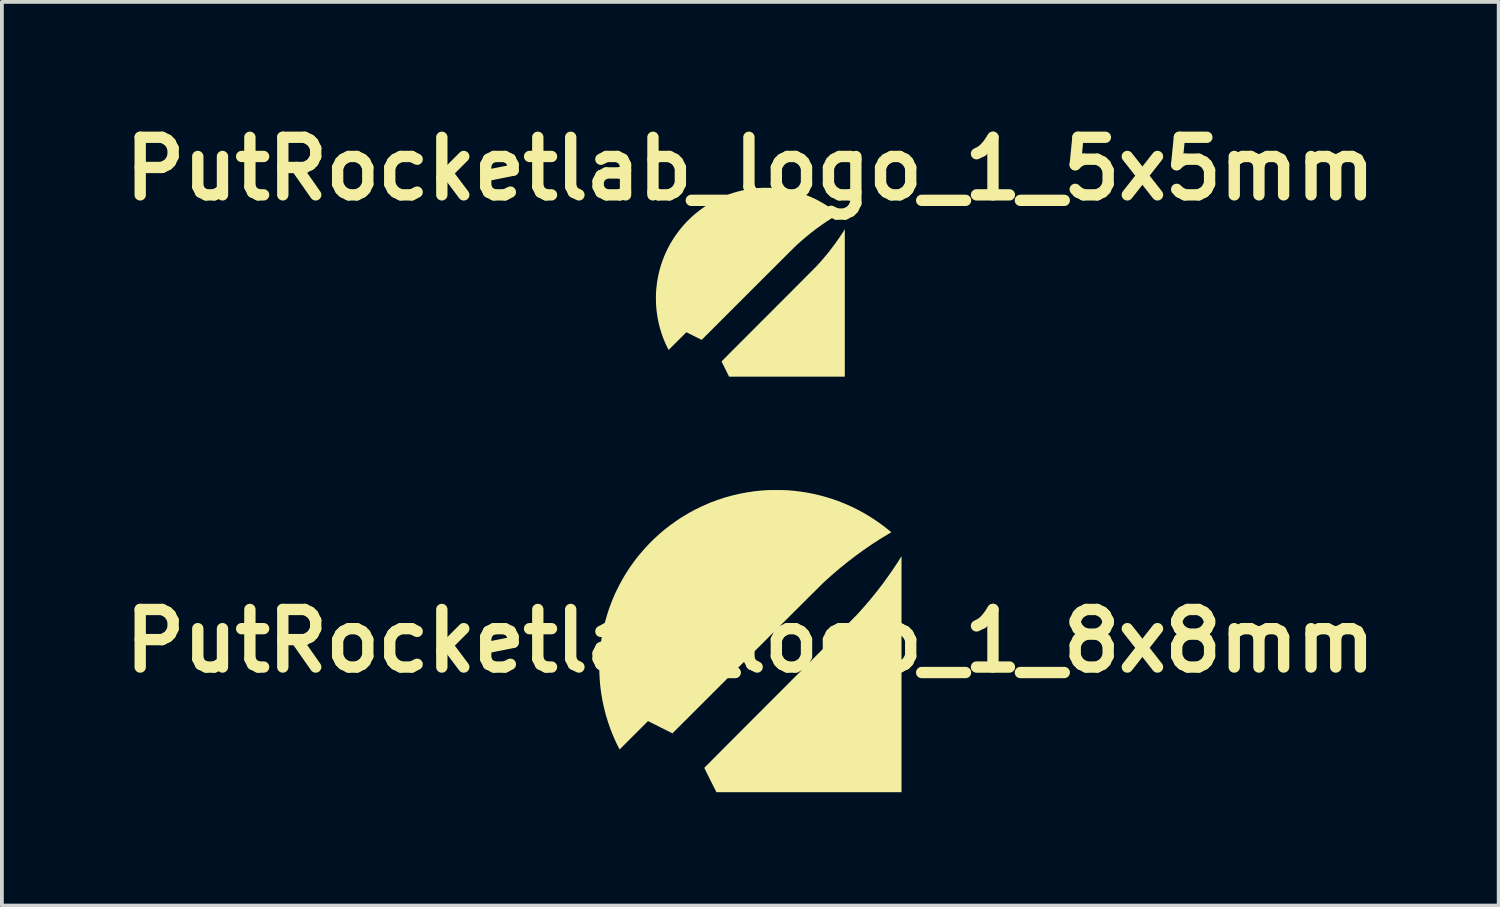
<source format=kicad_pcb>
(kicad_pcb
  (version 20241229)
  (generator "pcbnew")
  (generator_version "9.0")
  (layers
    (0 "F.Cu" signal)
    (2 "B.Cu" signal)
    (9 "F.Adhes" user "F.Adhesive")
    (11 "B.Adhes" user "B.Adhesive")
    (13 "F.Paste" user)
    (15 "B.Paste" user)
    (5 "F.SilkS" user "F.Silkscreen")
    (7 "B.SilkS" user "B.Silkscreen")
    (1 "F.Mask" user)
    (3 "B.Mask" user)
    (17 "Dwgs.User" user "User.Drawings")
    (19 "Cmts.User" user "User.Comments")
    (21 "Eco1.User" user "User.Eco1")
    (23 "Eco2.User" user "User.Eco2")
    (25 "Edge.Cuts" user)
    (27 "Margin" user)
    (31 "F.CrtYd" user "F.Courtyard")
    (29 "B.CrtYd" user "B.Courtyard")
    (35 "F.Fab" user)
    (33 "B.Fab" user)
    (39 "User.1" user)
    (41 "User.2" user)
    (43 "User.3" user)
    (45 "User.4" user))
  (footprint "PutRocketlab_logo_1_8x8mm"
    (layer "F.Cu")
    (at 16.808 13.915)
    (property "Reference" "PutRocketlab_logo_1_8x8mm" (at 0 0 0) (layer "F.SilkS") (effects (font (size 1.524 1.524) (thickness 0.3))))
    (attr board_only exclude_from_pos_files exclude_from_bom)
    (fp_poly (pts (xy 4.002 4.002) (xy -0.897 4.002) (xy -1.057 3.683) (xy -1.082 3.633) (xy -1.106 3.585) (xy -1.128 3.541) (xy -1.148 3.499) (xy -1.167 3.462) (xy -1.183 3.43) (xy -1.196 3.402) (xy -1.206 3.381) (xy -1.213 3.366) (xy -1.217 3.358) (xy -1.217 3.357) (xy -1.214 3.354) (xy -1.205 3.344) (xy -1.19 3.329) (xy -1.169 3.307) (xy -1.142 3.281) (xy -1.11 3.248) (xy -1.073 3.211) (xy -1.03 3.168) (xy -0.983 3.12) (xy -0.931 3.068) (xy -0.874 3.011) (xy -0.813 2.95) (xy -0.748 2.884) (xy -0.678 2.814) (xy -0.604 2.74) (xy -0.527 2.663) (xy -0.446 2.582) (xy -0.362 2.497) (xy -0.274 2.409) (xy -0.184 2.318) (xy -0.09 2.225) (xy 0.006 2.128) (xy 0.105 2.029) (xy 0.207 1.927) (xy 0.311 1.824) (xy 0.416 1.718) (xy 0.524 1.61) (xy 0.634 1.5) (xy 0.745 1.389) (xy 0.768 1.366) (xy 0.88 1.254) (xy 0.99 1.143) (xy 1.099 1.034) (xy 1.207 0.927) (xy 1.312 0.821) (xy 1.416 0.717) (xy 1.517 0.616) (xy 1.616 0.517) (xy 1.712 0.42) (xy 1.806 0.327) (xy 1.896 0.236) (xy 1.984 0.148) (xy 2.068 0.064) (xy 2.149 -0.017) (xy 2.226 -0.095) (xy 2.299 -0.168) (xy 2.368 -0.238) (xy 2.434 -0.303) (xy 2.494 -0.365) (xy 2.551 -0.421) (xy 2.602 -0.473) (xy 2.649 -0.52) (xy 2.691 -0.562) (xy 2.727 -0.599) (xy 2.758 -0.631) (xy 2.784 -0.657) (xy 2.804 -0.677) (xy 2.818 -0.691) (xy 2.825 -0.699) (xy 2.826 -0.7) (xy 2.917 -0.8) (xy 3.002 -0.895) (xy 3.082 -0.988) (xy 3.159 -1.078) (xy 3.233 -1.168) (xy 3.306 -1.258) (xy 3.379 -1.35) (xy 3.452 -1.446) (xy 3.482 -1.484) (xy 3.54 -1.562) (xy 3.599 -1.644) (xy 3.659 -1.728) (xy 3.719 -1.813) (xy 3.777 -1.897) (xy 3.833 -1.98) (xy 3.886 -2.06) (xy 3.934 -2.135) (xy 3.957 -2.172) (xy 4.002 -2.245)) (stroke (width 0) (type solid)) (fill yes) (layer "F.SilkS"))
    (fp_poly (pts (xy 0.691 -3.996) (xy 0.749 -3.995) (xy 0.8 -3.995) (xy 0.845 -3.995) (xy 0.886 -3.994) (xy 0.924 -3.992) (xy 0.96 -3.991) (xy 0.996 -3.989) (xy 1.034 -3.986) (xy 1.075 -3.982) (xy 1.12 -3.978) (xy 1.128 -3.978) (xy 1.33 -3.954) (xy 1.53 -3.923) (xy 1.728 -3.882) (xy 1.924 -3.833) (xy 2.117 -3.776) (xy 2.308 -3.711) (xy 2.495 -3.637) (xy 2.68 -3.556) (xy 2.86 -3.466) (xy 3.037 -3.369) (xy 3.21 -3.263) (xy 3.379 -3.151) (xy 3.544 -3.03) (xy 3.62 -2.97) (xy 3.642 -2.953) (xy 3.664 -2.935) (xy 3.684 -2.919) (xy 3.699 -2.905) (xy 3.704 -2.902) (xy 3.732 -2.877) (xy 3.653 -2.831) (xy 3.429 -2.695) (xy 3.21 -2.553) (xy 2.994 -2.405) (xy 2.781 -2.25) (xy 2.57 -2.088) (xy 2.361 -1.918) (xy 2.153 -1.74) (xy 1.977 -1.582) (xy 1.967 -1.573) (xy 1.951 -1.558) (xy 1.929 -1.536) (xy 1.901 -1.509) (xy 1.867 -1.476) (xy 1.828 -1.437) (xy 1.783 -1.392) (xy 1.733 -1.343) (xy 1.677 -1.287) (xy 1.616 -1.227) (xy 1.55 -1.161) (xy 1.48 -1.091) (xy 1.404 -1.016) (xy 1.324 -0.936) (xy 1.239 -0.851) (xy 1.149 -0.762) (xy 1.056 -0.669) (xy 0.958 -0.571) (xy 0.856 -0.469) (xy 0.75 -0.364) (xy 0.64 -0.254) (xy 0.526 -0.141) (xy 0.409 -0.024) (xy 0.289 0.097) (xy 0.165 0.22) (xy 0.037 0.348) (xy -0.091 0.476) (xy -2.06 2.444) (xy -2.384 2.282) (xy -2.707 2.12) (xy -3.083 2.495) (xy -3.459 2.871) (xy -3.48 2.831) (xy -3.496 2.799) (xy -3.515 2.761) (xy -3.536 2.719) (xy -3.557 2.674) (xy -3.577 2.63) (xy -3.597 2.587) (xy -3.614 2.549) (xy -3.618 2.539) (xy -3.694 2.351) (xy -3.761 2.16) (xy -3.821 1.967) (xy -3.871 1.771) (xy -3.914 1.574) (xy -3.948 1.374) (xy -3.973 1.174) (xy -3.989 0.972) (xy -3.997 0.769) (xy -3.997 0.567) (xy -3.987 0.364) (xy -3.982 0.298) (xy -3.961 0.095) (xy -3.931 -0.106) (xy -3.893 -0.304) (xy -3.846 -0.5) (xy -3.791 -0.693) (xy -3.728 -0.883) (xy -3.658 -1.07) (xy -3.579 -1.253) (xy -3.492 -1.433) (xy -3.398 -1.609) (xy -3.297 -1.781) (xy -3.188 -1.949) (xy -3.071 -2.112) (xy -2.948 -2.27) (xy -2.817 -2.423) (xy -2.68 -2.571) (xy -2.536 -2.714) (xy -2.385 -2.851) (xy -2.308 -2.916) (xy -2.148 -3.043) (xy -1.983 -3.163) (xy -1.814 -3.276) (xy -1.64 -3.38) (xy -1.462 -3.477) (xy -1.279 -3.566) (xy -1.092 -3.648) (xy -1.042 -3.669) (xy -0.855 -3.738) (xy -0.664 -3.8) (xy -0.47 -3.853) (xy -0.274 -3.899) (xy -0.076 -3.936) (xy 0.123 -3.964) (xy 0.249 -3.978) (xy 0.295 -3.982) (xy 0.337 -3.985) (xy 0.376 -3.988) (xy 0.414 -3.991) (xy 0.451 -3.992) (xy 0.489 -3.994) (xy 0.53 -3.995) (xy 0.576 -3.995) (xy 0.627 -3.995) (xy 0.686 -3.996)) (stroke (width 0) (type solid)) (fill yes) (layer "F.SilkS")))
  (footprint "PutRocketlab_logo_1_5x5mm"
    (layer "F.Cu")
    (at 16.808 4.418)
    (property "Reference" "PutRocketlab_logo_1_5x5mm" (at 0 -3 0) (layer "F.SilkS") (effects (font (size 1.524 1.524) (thickness 0.3))))
    (attr board_only exclude_from_pos_files exclude_from_bom)
    (fp_poly (pts (xy 2.501 2.501) (xy -0.561 2.501) (xy -0.661 2.302) (xy -0.676 2.27) (xy -0.691 2.241) (xy -0.705 2.213) (xy -0.718 2.187) (xy -0.729 2.164) (xy -0.739 2.143) (xy -0.747 2.126) (xy -0.754 2.113) (xy -0.758 2.104) (xy -0.76 2.099) (xy -0.761 2.098) (xy -0.759 2.096) (xy -0.753 2.09) (xy -0.743 2.08) (xy -0.73 2.067) (xy -0.714 2.05) (xy -0.694 2.03) (xy -0.67 2.007) (xy -0.644 1.98) (xy -0.614 1.95) (xy -0.582 1.917) (xy -0.546 1.882) (xy -0.508 1.843) (xy -0.467 1.802) (xy -0.424 1.759) (xy -0.378 1.713) (xy -0.329 1.664) (xy -0.279 1.613) (xy -0.226 1.561) (xy -0.171 1.506) (xy -0.115 1.449) (xy -0.056 1.39) (xy 0.004 1.33) (xy 0.066 1.268) (xy 0.129 1.205) (xy 0.194 1.14) (xy 0.26 1.073) (xy 0.328 1.006) (xy 0.396 0.938) (xy 0.465 0.868) (xy 0.48 0.854) (xy 0.55 0.784) (xy 0.619 0.715) (xy 0.687 0.646) (xy 0.754 0.579) (xy 0.82 0.513) (xy 0.885 0.448) (xy 0.948 0.385) (xy 1.01 0.323) (xy 1.07 0.263) (xy 1.129 0.204) (xy 1.185 0.147) (xy 1.24 0.093) (xy 1.292 0.04) (xy 1.343 -0.011) (xy 1.391 -0.059) (xy 1.437 -0.105) (xy 1.48 -0.149) (xy 1.521 -0.19) (xy 1.559 -0.228) (xy 1.594 -0.263) (xy 1.626 -0.296) (xy 1.656 -0.325) (xy 1.682 -0.351) (xy 1.704 -0.375) (xy 1.724 -0.394) (xy 1.74 -0.41) (xy 1.752 -0.423) (xy 1.761 -0.432) (xy 1.766 -0.437) (xy 1.766 -0.437) (xy 1.823 -0.5) (xy 1.876 -0.56) (xy 1.926 -0.617) (xy 1.974 -0.674) (xy 2.021 -0.73) (xy 2.067 -0.786) (xy 2.112 -0.844) (xy 2.158 -0.904) (xy 2.176 -0.928) (xy 2.212 -0.976) (xy 2.25 -1.027) (xy 2.287 -1.08) (xy 2.324 -1.133) (xy 2.361 -1.186) (xy 2.396 -1.238) (xy 2.428 -1.287) (xy 2.459 -1.334) (xy 2.473 -1.357) (xy 2.501 -1.403)) (stroke (width 0) (type solid)) (fill yes) (layer "F.SilkS"))
    (fp_poly (pts (xy 0.432 -2.497) (xy 0.468 -2.497) (xy 0.5 -2.497) (xy 0.528 -2.497) (xy 0.554 -2.496) (xy 0.577 -2.495) (xy 0.6 -2.494) (xy 0.623 -2.493) (xy 0.646 -2.491) (xy 0.672 -2.489) (xy 0.7 -2.486) (xy 0.705 -2.486) (xy 0.831 -2.471) (xy 0.956 -2.452) (xy 1.08 -2.426) (xy 1.202 -2.396) (xy 1.323 -2.36) (xy 1.442 -2.319) (xy 1.559 -2.273) (xy 1.675 -2.222) (xy 1.788 -2.166) (xy 1.898 -2.105) (xy 2.007 -2.04) (xy 2.112 -1.969) (xy 2.215 -1.894) (xy 2.263 -1.856) (xy 2.276 -1.845) (xy 2.29 -1.834) (xy 2.302 -1.824) (xy 2.312 -1.816) (xy 2.315 -1.813) (xy 2.332 -1.798) (xy 2.283 -1.769) (xy 2.143 -1.684) (xy 2.006 -1.596) (xy 1.871 -1.503) (xy 1.738 -1.406) (xy 1.606 -1.305) (xy 1.476 -1.199) (xy 1.346 -1.088) (xy 1.235 -0.989) (xy 1.229 -0.983) (xy 1.219 -0.974) (xy 1.206 -0.96) (xy 1.188 -0.943) (xy 1.167 -0.922) (xy 1.142 -0.898) (xy 1.114 -0.87) (xy 1.083 -0.839) (xy 1.048 -0.805) (xy 1.01 -0.767) (xy 0.969 -0.726) (xy 0.925 -0.682) (xy 0.877 -0.635) (xy 0.827 -0.585) (xy 0.774 -0.532) (xy 0.718 -0.476) (xy 0.66 -0.418) (xy 0.599 -0.357) (xy 0.535 -0.293) (xy 0.469 -0.227) (xy 0.4 -0.159) (xy 0.329 -0.088) (xy 0.256 -0.015) (xy 0.18 0.06) (xy 0.103 0.138) (xy 0.023 0.217) (xy -0.057 0.298) (xy -1.287 1.527) (xy -1.49 1.426) (xy -1.692 1.325) (xy -2.162 1.794) (xy -2.175 1.77) (xy -2.185 1.75) (xy -2.197 1.726) (xy -2.21 1.699) (xy -2.223 1.671) (xy -2.236 1.644) (xy -2.248 1.617) (xy -2.258 1.593) (xy -2.261 1.587) (xy -2.309 1.469) (xy -2.351 1.35) (xy -2.388 1.229) (xy -2.42 1.107) (xy -2.446 0.984) (xy -2.467 0.859) (xy -2.483 0.734) (xy -2.493 0.607) (xy -2.498 0.481) (xy -2.498 0.354) (xy -2.492 0.227) (xy -2.489 0.186) (xy -2.475 0.059) (xy -2.457 -0.066) (xy -2.433 -0.19) (xy -2.404 -0.312) (xy -2.37 -0.433) (xy -2.33 -0.552) (xy -2.286 -0.669) (xy -2.237 -0.783) (xy -2.183 -0.896) (xy -2.124 -1.006) (xy -2.06 -1.113) (xy -1.992 -1.218) (xy -1.919 -1.32) (xy -1.842 -1.419) (xy -1.761 -1.515) (xy -1.675 -1.607) (xy -1.585 -1.696) (xy -1.49 -1.782) (xy -1.443 -1.822) (xy -1.342 -1.902) (xy -1.239 -1.977) (xy -1.134 -2.047) (xy -1.025 -2.113) (xy -0.914 -2.173) (xy -0.8 -2.229) (xy -0.683 -2.28) (xy -0.651 -2.293) (xy -0.534 -2.336) (xy -0.415 -2.375) (xy -0.294 -2.408) (xy -0.171 -2.437) (xy -0.047 -2.46) (xy 0.077 -2.478) (xy 0.155 -2.486) (xy 0.185 -2.489) (xy 0.211 -2.491) (xy 0.235 -2.493) (xy 0.258 -2.494) (xy 0.282 -2.495) (xy 0.306 -2.496) (xy 0.331 -2.497) (xy 0.36 -2.497) (xy 0.392 -2.497) (xy 0.429 -2.497)) (stroke (width 0) (type solid)) (fill yes) (layer "F.SilkS")))
  (gr_rect
    (start -3 -3)
    (end 36.615 20.917)
    (stroke (width 0.1) (type default))
    (fill no)
    (layer "Edge.Cuts")))
</source>
